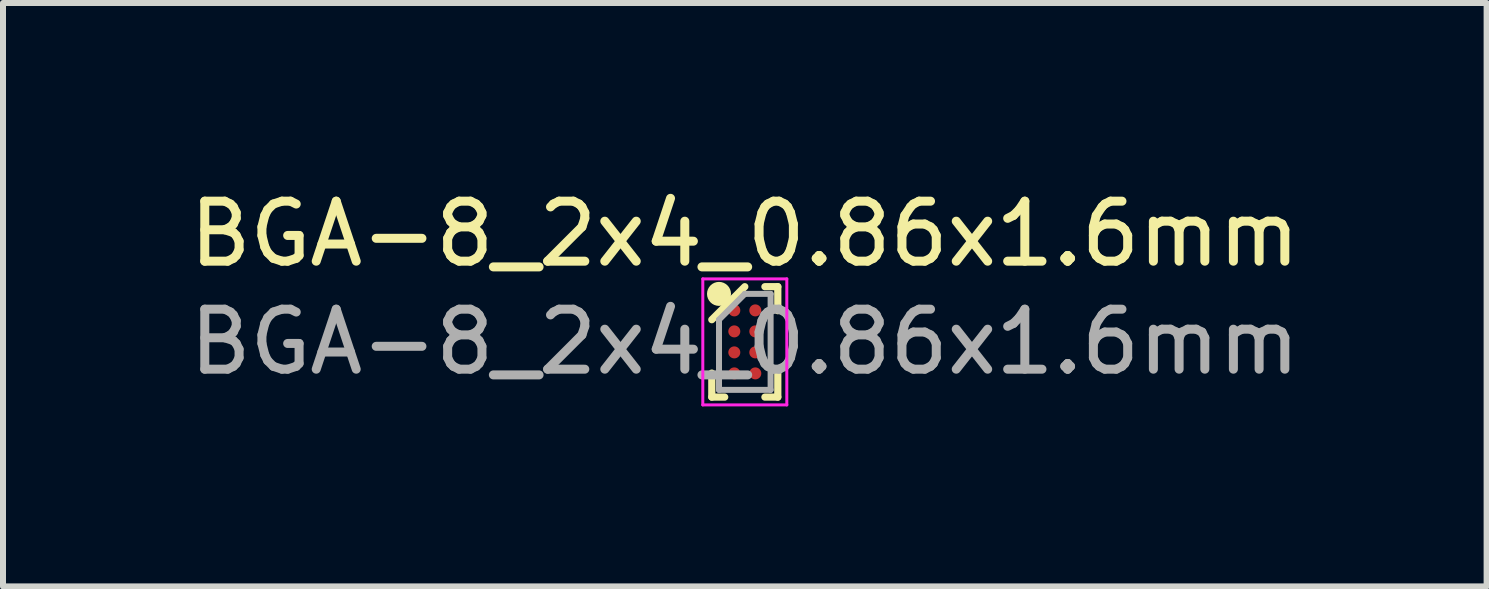
<source format=kicad_pcb>
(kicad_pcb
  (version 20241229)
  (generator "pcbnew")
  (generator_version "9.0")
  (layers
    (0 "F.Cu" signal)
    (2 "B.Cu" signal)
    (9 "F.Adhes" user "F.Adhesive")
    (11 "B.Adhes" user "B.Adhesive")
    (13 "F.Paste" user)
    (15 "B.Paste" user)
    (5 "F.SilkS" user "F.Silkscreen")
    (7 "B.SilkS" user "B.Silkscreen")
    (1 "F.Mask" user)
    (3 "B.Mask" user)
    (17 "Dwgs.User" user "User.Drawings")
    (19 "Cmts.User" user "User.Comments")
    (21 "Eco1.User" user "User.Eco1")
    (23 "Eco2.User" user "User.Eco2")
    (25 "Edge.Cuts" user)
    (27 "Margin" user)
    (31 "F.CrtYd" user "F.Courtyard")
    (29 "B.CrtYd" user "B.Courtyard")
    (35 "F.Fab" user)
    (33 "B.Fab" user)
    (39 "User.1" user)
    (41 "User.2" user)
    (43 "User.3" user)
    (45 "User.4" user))
  (footprint "BGA-8_2x4_0.86x1.6mm"
    (layer "F.Cu")
    (at 9.363 2.648)
    (property "Reference" "BGA-8_2x4_0.86x1.6mm" (at 0 -1.8 0) (layer "F.SilkS") (effects (font (size 1 1) (thickness 0.15))))
    (attr smd)
    (fp_line (start -0.55 0.92) (end -0.55 0.52) (stroke (width 0.12) (type default)) (layer "F.SilkS"))
    (fp_line (start -0.335 0.92) (end -0.55 0.92) (stroke (width 0.12) (type default)) (layer "F.SilkS"))
    (fp_line (start 0 -0.92) (end -0.55 -0.37) (stroke (width 0.12) (type default)) (layer "F.SilkS"))
    (fp_line (start 0.335 -0.92) (end 0.55 -0.92) (stroke (width 0.12) (type default)) (layer "F.SilkS"))
    (fp_line (start 0.335 0.92) (end 0.55 0.92) (stroke (width 0.12) (type default)) (layer "F.SilkS"))
    (fp_line (start 0.55 -0.92) (end 0.55 -0.52) (stroke (width 0.12) (type default)) (layer "F.SilkS"))
    (fp_line (start 0.55 0.92) (end 0.55 0.52) (stroke (width 0.12) (type default)) (layer "F.SilkS"))
    (fp_circle (center -0.43 -0.8) (end -0.43 -0.7) (stroke (width 0.2) (type default)) (fill no) (layer "F.SilkS"))
    (fp_line (start -0.7 -1.05) (end 0.7 -1.05) (stroke (width 0.05) (type default)) (layer "F.CrtYd"))
    (fp_line (start -0.7 1.05) (end -0.7 -1.05) (stroke (width 0.05) (type default)) (layer "F.CrtYd"))
    (fp_line (start 0.7 -1.05) (end 0.7 1.05) (stroke (width 0.05) (type default)) (layer "F.CrtYd"))
    (fp_line (start 0.7 1.05) (end -0.7 1.05) (stroke (width 0.05) (type default)) (layer "F.CrtYd"))
    (fp_line (start -0.43 -0.37) (end -0.43 0.8) (stroke (width 0.1) (type default)) (layer "F.Fab"))
    (fp_line (start -0.43 0.8) (end 0.43 0.8) (stroke (width 0.1) (type default)) (layer "F.Fab"))
    (fp_line (start 0 -0.8) (end -0.43 -0.37) (stroke (width 0.1) (type default)) (layer "F.Fab"))
    (fp_line (start 0.43 -0.8) (end 0 -0.8) (stroke (width 0.1) (type default)) (layer "F.Fab"))
    (fp_line (start 0.43 0.8) (end 0.43 -0.8) (stroke (width 0.1) (type default)) (layer "F.Fab"))
    (fp_text user "${REFERENCE}" (at 0 0 0) (layer "F.Fab") (effects (font (size 1 1) (thickness 0.15))))
    (pad "A1" smd circle (at -0.175 -0.525) (size 0.2 0.2) (layers "F.Cu" "F.Mask" "F.Paste"))
    (pad "A2" smd circle (at 0.175 -0.525) (size 0.2 0.2) (layers "F.Cu" "F.Mask" "F.Paste"))
    (pad "B1" smd circle (at -0.175 -0.175) (size 0.2 0.2) (layers "F.Cu" "F.Mask" "F.Paste"))
    (pad "B2" smd circle (at 0.175 -0.175) (size 0.2 0.2) (layers "F.Cu" "F.Mask" "F.Paste"))
    (pad "C1" smd circle (at -0.175 0.175) (size 0.2 0.2) (layers "F.Cu" "F.Mask" "F.Paste"))
    (pad "C2" smd circle (at 0.175 0.175) (size 0.2 0.2) (layers "F.Cu" "F.Mask" "F.Paste"))
    (pad "D1" smd circle (at -0.175 0.525) (size 0.2 0.2) (layers "F.Cu" "F.Mask" "F.Paste"))
    (pad "D2" smd circle (at 0.175 0.525) (size 0.2 0.2) (layers "F.Cu" "F.Mask" "F.Paste")))
  (gr_rect
    (start -3 -3)
    (end 21.726 6.723)
    (stroke (width 0.1) (type default))
    (fill no)
    (layer "Edge.Cuts")))
</source>
